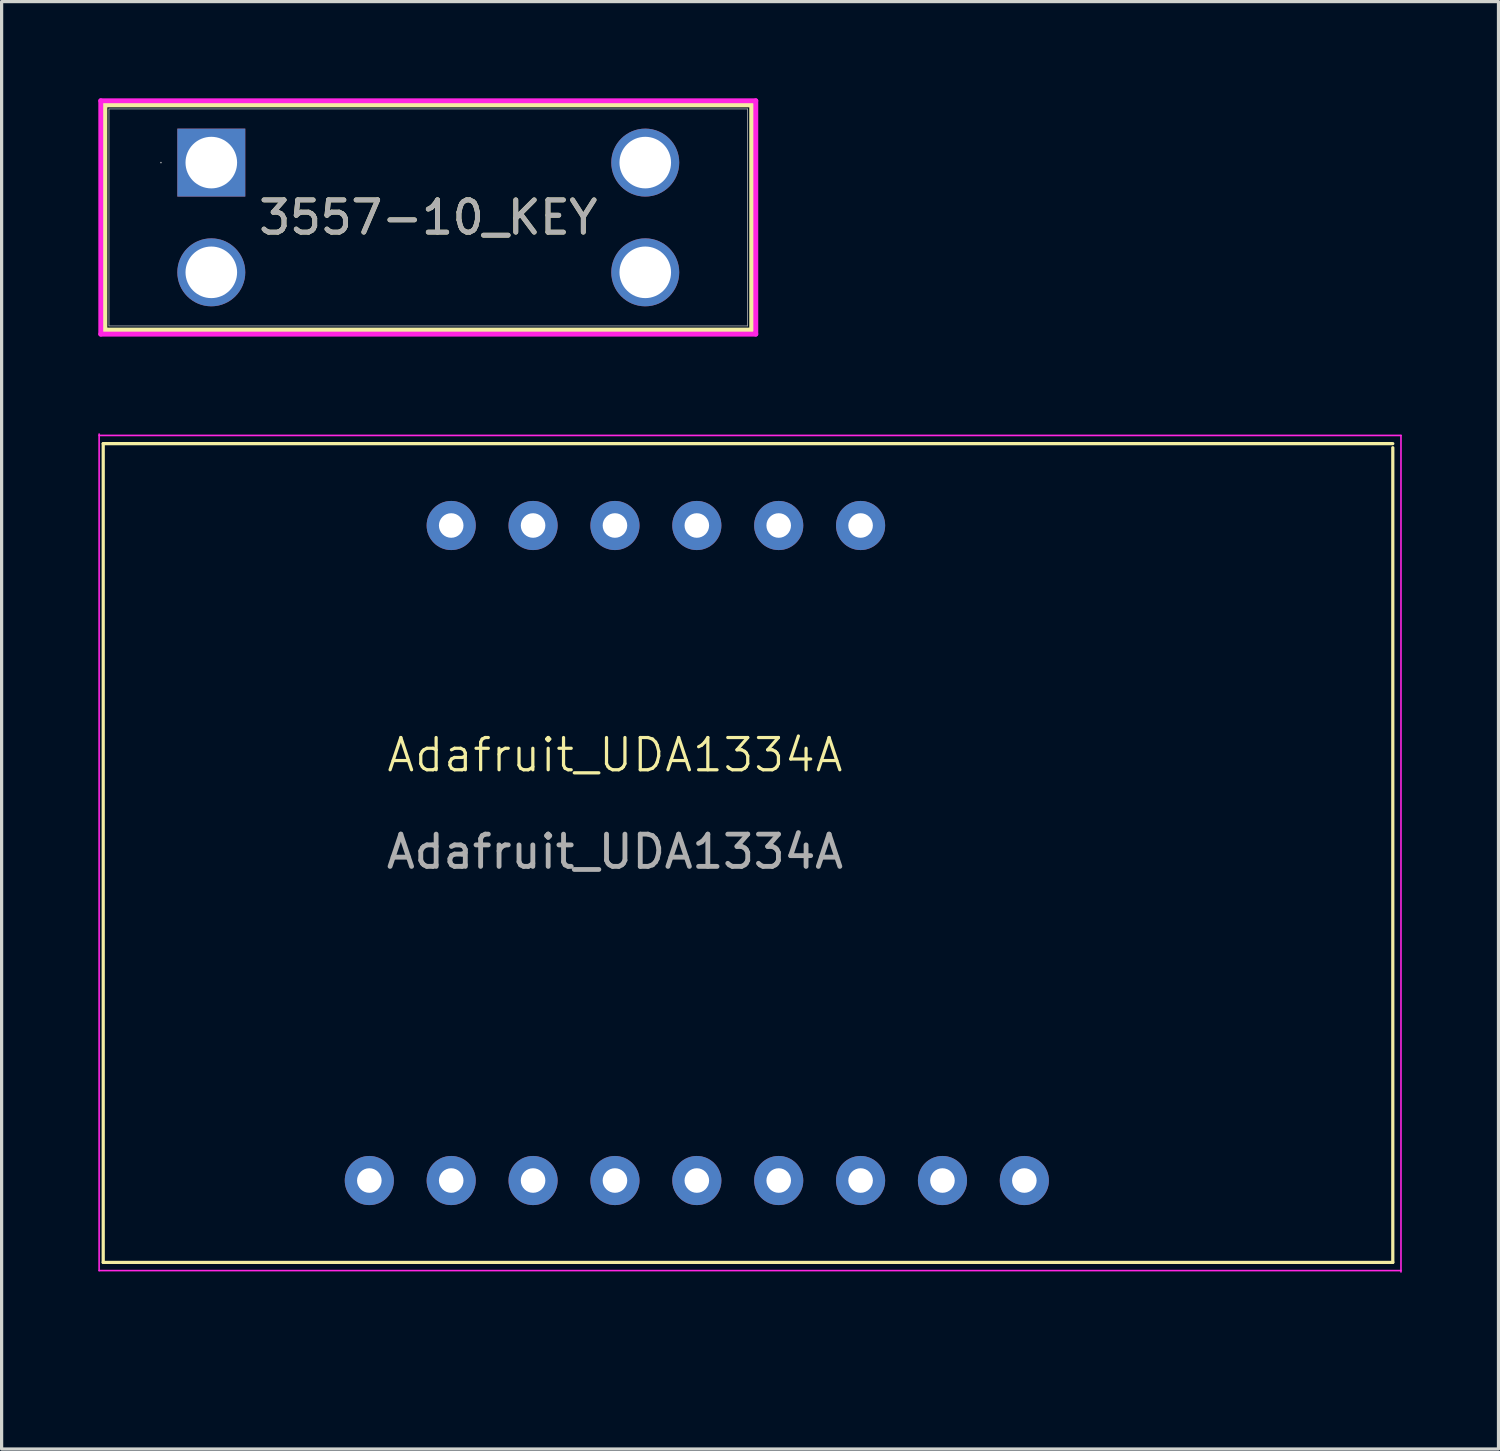
<source format=kicad_pcb>
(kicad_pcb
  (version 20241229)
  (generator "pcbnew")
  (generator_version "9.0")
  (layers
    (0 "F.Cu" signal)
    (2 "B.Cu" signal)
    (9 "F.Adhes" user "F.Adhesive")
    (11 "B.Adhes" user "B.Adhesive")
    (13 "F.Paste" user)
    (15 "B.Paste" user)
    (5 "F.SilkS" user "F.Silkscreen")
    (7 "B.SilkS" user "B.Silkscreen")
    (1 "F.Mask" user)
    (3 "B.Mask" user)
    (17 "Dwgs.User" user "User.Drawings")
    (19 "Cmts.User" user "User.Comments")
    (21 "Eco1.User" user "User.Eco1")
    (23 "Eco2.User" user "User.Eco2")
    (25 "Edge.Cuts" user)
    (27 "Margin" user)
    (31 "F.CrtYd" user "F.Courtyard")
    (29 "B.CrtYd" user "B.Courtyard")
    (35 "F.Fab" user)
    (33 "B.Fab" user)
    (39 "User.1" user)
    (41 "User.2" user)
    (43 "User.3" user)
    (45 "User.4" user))
  (footprint "Adafruit_UDA1334A"
    (layer "F.Cu")
    (at 16.027 38.652)
    (property "Reference" "Adafruit_UDA1334A" (at 0 -18.28 0) (unlocked yes) (layer "F.SilkS") (effects (font (size 1 1) (thickness 0.1))))
    (attr through_hole)
    (fp_line (start -15.875 -27.94) (end 24.13 -27.94) (stroke (width 0.1) (type default)) (layer "F.SilkS"))
    (fp_line (start -15.875 -2.54) (end -15.875 -27.94) (stroke (width 0.1) (type default)) (layer "F.SilkS"))
    (fp_line (start -15.875 -2.54) (end 24.13 -2.54) (stroke (width 0.1) (type default)) (layer "F.SilkS"))
    (fp_line (start 24.13 -2.54) (end 24.13 -27.813) (stroke (width 0.1) (type default)) (layer "F.SilkS"))
    (fp_line (start -16.002 -2.286) (end -16.002 -28.236) (stroke (width 0.05) (type solid)) (layer "F.CrtYd"))
    (fp_line (start 24.384 -28.194) (end -16.002 -28.194) (stroke (width 0.05) (type solid)) (layer "F.CrtYd"))
    (fp_line (start 24.384 -2.286) (end -16.002 -2.286) (stroke (width 0.05) (type solid)) (layer "F.CrtYd"))
    (fp_line (start 24.384 -2.244) (end 24.384 -28.194) (stroke (width 0.05) (type solid)) (layer "F.CrtYd"))
    (fp_text user "${REFERENCE}" (at 0 -15.28 0) (unlocked yes) (layer "F.Fab") (effects (font (size 1 1) (thickness 0.15))))
    (pad "3VO" thru_hole circle (at -5.08 -5.08) (size 1.524 1.524) (drill 0.762) (layers "*.Cu" "*.Mask"))
    (pad "AGND" thru_hole circle (at 10.16 -5.08) (size 1.524 1.524) (drill 0.762) (layers "*.Cu" "*.Mask"))
    (pad "BCLK" thru_hole circle (at 5.08 -5.08) (size 1.524 1.524) (drill 0.762) (layers "*.Cu" "*.Mask"))
    (pad "DEEM" thru_hole circle (at 7.62 -25.4) (size 1.524 1.524) (drill 0.762) (layers "*.Cu" "*.Mask"))
    (pad "DIN" thru_hole circle (at 2.54 -5.08) (size 1.524 1.524) (drill 0.762) (layers "*.Cu" "*.Mask"))
    (pad "GND" thru_hole circle (at -2.54 -5.08) (size 1.524 1.524) (drill 0.762) (layers "*.Cu" "*.Mask"))
    (pad "Lout" thru_hole circle (at 7.62 -5.08) (size 1.524 1.524) (drill 0.762) (layers "*.Cu" "*.Mask"))
    (pad "MUTE" thru_hole circle (at 0 -25.4) (size 1.524 1.524) (drill 0.762) (layers "*.Cu" "*.Mask"))
    (pad "PLL" thru_hole circle (at 5.08 -25.4) (size 1.524 1.524) (drill 0.762) (layers "*.Cu" "*.Mask"))
    (pad "Rout" thru_hole circle (at 12.7 -5.08) (size 1.524 1.524) (drill 0.762) (layers "*.Cu" "*.Mask"))
    (pad "SCLK" thru_hole circle (at -5.08 -25.4) (size 1.524 1.524) (drill 0.762) (layers "*.Cu" "*.Mask"))
    (pad "SF0" thru_hole circle (at 2.54 -25.4) (size 1.524 1.524) (drill 0.762) (layers "*.Cu" "*.Mask"))
    (pad "SF1" thru_hole circle (at -2.54 -25.4) (size 1.524 1.524) (drill 0.762) (layers "*.Cu" "*.Mask"))
    (pad "VIN" thru_hole circle (at -7.62 -5.08) (size 1.524 1.524) (drill 0.762) (layers "*.Cu" "*.Mask"))
    (pad "WSEL" thru_hole circle (at 0 -5.08) (size 1.524 1.524) (drill 0.762) (layers "*.Cu" "*.Mask")))
  (footprint "3557-10_KEY"
    (layer "F.Cu")
    (at 3.505 1.994)
    (property "Reference" "3557-10_KEY" (at 6.731 1.702 0) (unlocked yes) (layer "F.SilkS") (effects (font (size 1 1) (thickness 0.15))))
    (attr through_hole)
    (fp_line (start -3.302 -1.791) (end -3.302 5.194) (stroke (width 0.152) (type solid)) (layer "F.SilkS"))
    (fp_line (start 16.764 -1.791) (end -3.302 -1.791) (stroke (width 0.152) (type solid)) (layer "F.SilkS"))
    (fp_line (start 16.764 -1.791) (end 16.764 5.194) (stroke (width 0.152) (type solid)) (layer "F.SilkS"))
    (fp_line (start 16.764 5.194) (end -3.302 5.194) (stroke (width 0.152) (type solid)) (layer "F.SilkS"))
    (fp_line (start -3.429 -1.918) (end 16.891 -1.918) (stroke (width 0.152) (type solid)) (layer "F.CrtYd"))
    (fp_line (start -3.429 5.321) (end -3.429 -1.918) (stroke (width 0.152) (type solid)) (layer "F.CrtYd"))
    (fp_line (start 16.891 -1.918) (end 16.891 5.321) (stroke (width 0.152) (type solid)) (layer "F.CrtYd"))
    (fp_line (start 16.891 5.321) (end -3.429 5.321) (stroke (width 0.152) (type solid)) (layer "F.CrtYd"))
    (fp_line (start -3.175 -1.664) (end -3.175 5.067) (stroke (width 0.025) (type solid)) (layer "F.Fab"))
    (fp_line (start 16.637 -1.664) (end -3.175 -1.664) (stroke (width 0.025) (type solid)) (layer "F.Fab"))
    (fp_line (start 16.637 -1.664) (end 16.637 5.067) (stroke (width 0.025) (type solid)) (layer "F.Fab"))
    (fp_line (start 16.637 5.067) (end -3.175 5.067) (stroke (width 0.025) (type solid)) (layer "F.Fab"))
    (fp_circle (center -1.562 0) (end -1.562 0) (stroke (width 0.025) (type solid)) (fill no) (layer "F.Fab"))
    (fp_text user "${REFERENCE}" (at 6.731 1.702 0) (unlocked yes) (layer "F.Fab") (effects (font (size 1 1) (thickness 0.15))))
    (pad "1" thru_hole rect (at 0 0) (size 2.108 2.108) (drill 1.6) (layers "*.Cu" "*.Mask"))
    (pad "2" thru_hole circle (at 0 3.404) (size 2.108 2.108) (drill 1.6) (layers "*.Cu" "*.Mask"))
    (pad "3" thru_hole circle (at 13.462 3.404) (size 2.108 2.108) (drill 1.6) (layers "*.Cu" "*.Mask"))
    (pad "4" thru_hole circle (at 13.462 0) (size 2.108 2.108) (drill 1.6) (layers "*.Cu" "*.Mask")))
  (gr_rect
    (start -3 -3)
    (end 43.436 41.902)
    (stroke (width 0.1) (type default))
    (fill no)
    (layer "Edge.Cuts")))
</source>
